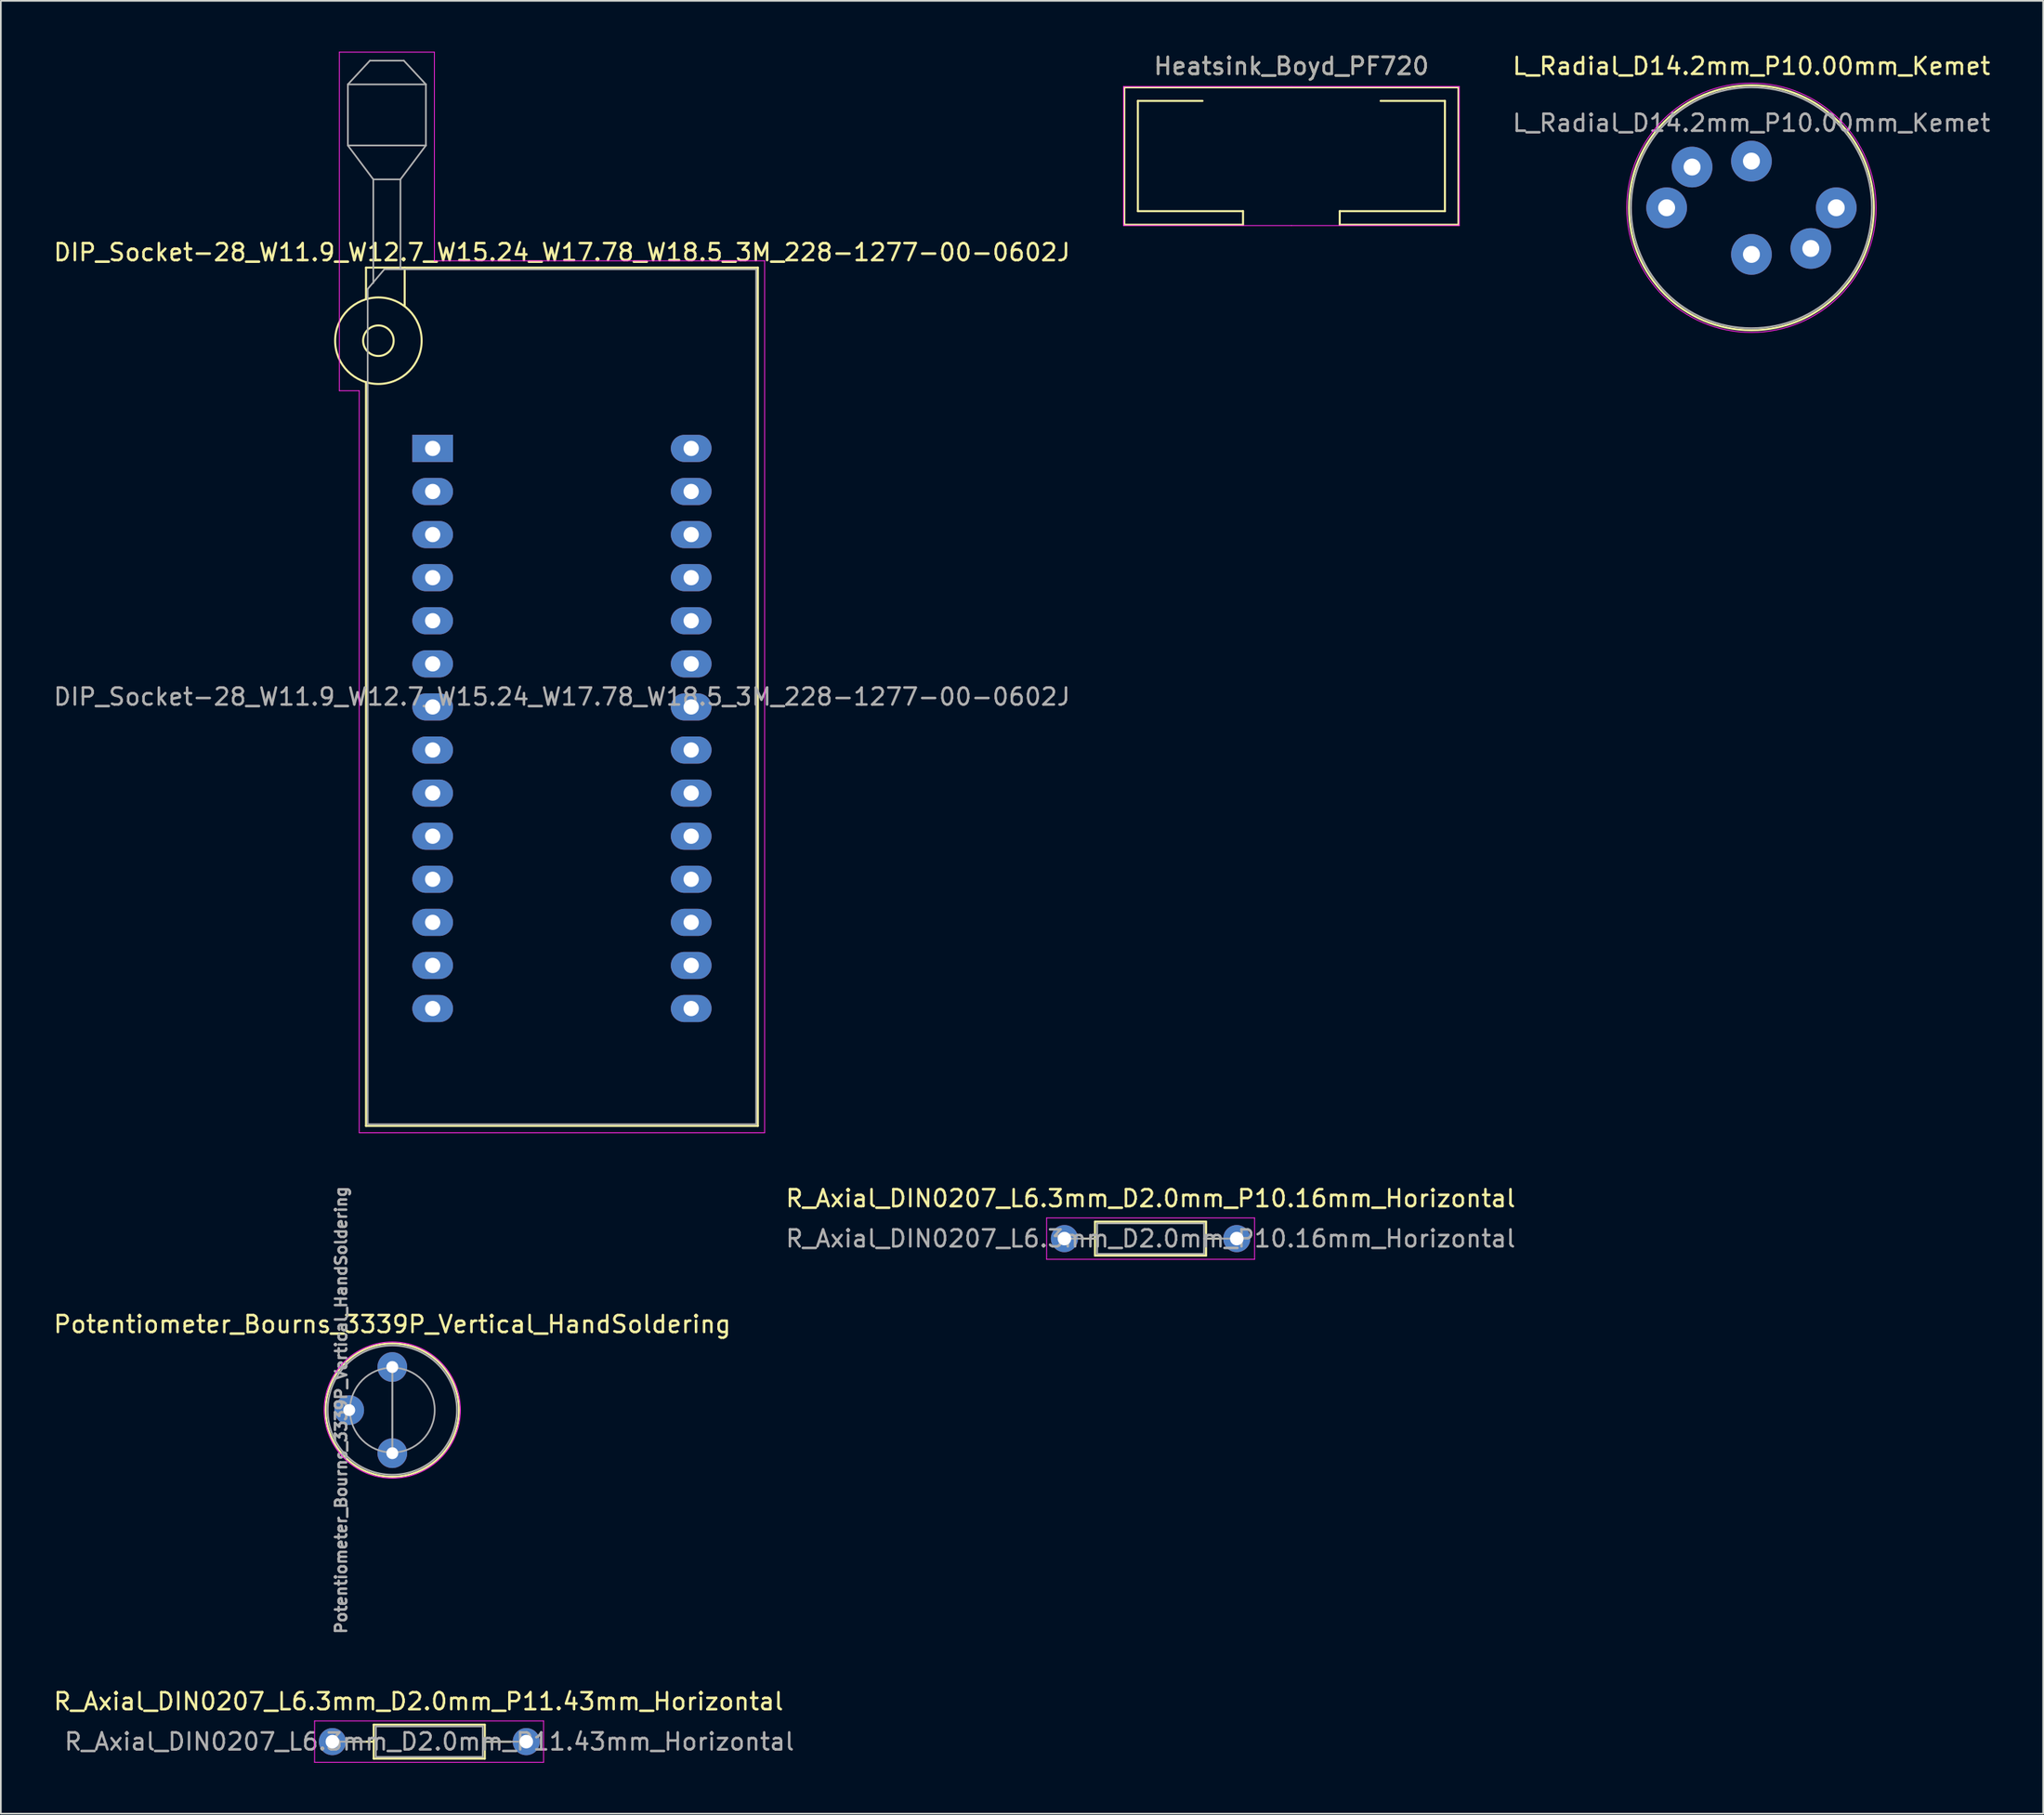
<source format=kicad_pcb>
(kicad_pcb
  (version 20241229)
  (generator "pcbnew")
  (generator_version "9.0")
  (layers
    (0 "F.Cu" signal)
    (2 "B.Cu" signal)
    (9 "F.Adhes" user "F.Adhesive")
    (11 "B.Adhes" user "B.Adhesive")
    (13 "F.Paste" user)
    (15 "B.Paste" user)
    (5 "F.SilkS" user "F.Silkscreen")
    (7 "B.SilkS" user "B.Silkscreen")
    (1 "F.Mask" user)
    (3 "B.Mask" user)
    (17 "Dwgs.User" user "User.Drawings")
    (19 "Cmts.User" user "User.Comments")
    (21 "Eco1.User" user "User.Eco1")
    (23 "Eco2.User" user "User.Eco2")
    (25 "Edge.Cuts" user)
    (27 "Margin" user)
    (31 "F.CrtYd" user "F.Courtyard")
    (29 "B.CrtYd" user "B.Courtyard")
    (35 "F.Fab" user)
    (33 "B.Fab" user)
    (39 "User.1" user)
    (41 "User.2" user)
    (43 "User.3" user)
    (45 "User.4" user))
  (footprint "DIP_Socket-28_W11.9_W12.7_W15.24_W17.78_W18.5_3M_228-1277-00-0602J"
    (layer "F.Cu")
    (at 22.457 23.385)
    (property "Reference" "DIP_Socket-28_W11.9_W12.7_W15.24_W17.78_W18.5_3M_228-1277-00-0602J" (at 7.62 -11.56 0) (layer "F.SilkS") (effects (font (size 1 1) (thickness 0.15))))
    (attr through_hole)
    (fp_line (start -3.93 -10.66) (end -3.93 -8.8) (stroke (width 0.12) (type solid)) (layer "F.SilkS"))
    (fp_line (start -3.93 -3.9) (end -3.93 39.94) (stroke (width 0.12) (type solid)) (layer "F.SilkS"))
    (fp_line (start -3.93 39.94) (end 19.17 39.94) (stroke (width 0.12) (type solid)) (layer "F.SilkS"))
    (fp_line (start -1.65 -10.66) (end -1.65 -8.4) (stroke (width 0.12) (type solid)) (layer "F.SilkS"))
    (fp_line (start 19.17 -10.66) (end -3.93 -10.66) (stroke (width 0.12) (type solid)) (layer "F.SilkS"))
    (fp_line (start 19.17 39.94) (end 19.17 -10.66) (stroke (width 0.12) (type solid)) (layer "F.SilkS"))
    (fp_circle (center -3.2 -6.35) (end -2.3 -6.35) (stroke (width 0.12) (type solid)) (fill no) (layer "F.SilkS"))
    (fp_circle (center -3.2 -6.35) (end -0.65 -6.35) (stroke (width 0.12) (type solid)) (fill no) (layer "F.SilkS"))
    (fp_line (start -5.5 -23.36) (end 0.1 -23.36) (stroke (width 0.05) (type solid)) (layer "F.CrtYd"))
    (fp_line (start -5.5 -3.4) (end -5.5 -23.36) (stroke (width 0.05) (type solid)) (layer "F.CrtYd"))
    (fp_line (start -4.33 -3.4) (end -5.5 -3.4) (stroke (width 0.05) (type solid)) (layer "F.CrtYd"))
    (fp_line (start -4.33 40.34) (end -4.33 -3.4) (stroke (width 0.05) (type solid)) (layer "F.CrtYd"))
    (fp_line (start 0.1 -23.36) (end 0.1 -11.06) (stroke (width 0.05) (type solid)) (layer "F.CrtYd"))
    (fp_line (start 0.1 -11.06) (end 19.57 -11.06) (stroke (width 0.05) (type solid)) (layer "F.CrtYd"))
    (fp_line (start 19.57 -11.06) (end 19.57 40.34) (stroke (width 0.05) (type solid)) (layer "F.CrtYd"))
    (fp_line (start 19.57 40.34) (end -4.33 40.34) (stroke (width 0.05) (type solid)) (layer "F.CrtYd"))
    (fp_line (start -5 -21.46) (end -5 -17.86) (stroke (width 0.1) (type solid)) (layer "F.Fab"))
    (fp_line (start -5 -21.46) (end -3.7 -22.86) (stroke (width 0.1) (type solid)) (layer "F.Fab"))
    (fp_line (start -5 -17.86) (end -3.5 -15.86) (stroke (width 0.1) (type solid)) (layer "F.Fab"))
    (fp_line (start -5 -17.86) (end -0.4 -17.86) (stroke (width 0.1) (type solid)) (layer "F.Fab"))
    (fp_line (start -3.83 -9.4) (end -2.85 -10.56) (stroke (width 0.1) (type solid)) (layer "F.Fab"))
    (fp_line (start -3.83 39.84) (end -3.83 -9.4) (stroke (width 0.1) (type solid)) (layer "F.Fab"))
    (fp_line (start -3.7 -22.86) (end -1.7 -22.86) (stroke (width 0.1) (type solid)) (layer "F.Fab"))
    (fp_line (start -3.5 -15.86) (end -1.9 -15.86) (stroke (width 0.1) (type solid)) (layer "F.Fab"))
    (fp_line (start -3.5 -9.75) (end -3.5 -15.86) (stroke (width 0.1) (type solid)) (layer "F.Fab"))
    (fp_line (start -2.85 -10.56) (end 19.07 -10.56) (stroke (width 0.1) (type solid)) (layer "F.Fab"))
    (fp_line (start -1.9 -15.86) (end -1.9 -10.56) (stroke (width 0.1) (type solid)) (layer "F.Fab"))
    (fp_line (start -1.7 -22.86) (end -0.4 -21.46) (stroke (width 0.1) (type solid)) (layer "F.Fab"))
    (fp_line (start -0.4 -21.46) (end -5 -21.46) (stroke (width 0.1) (type solid)) (layer "F.Fab"))
    (fp_line (start -0.4 -17.86) (end -1.9 -15.86) (stroke (width 0.1) (type solid)) (layer "F.Fab"))
    (fp_line (start -0.4 -17.86) (end -0.4 -21.46) (stroke (width 0.1) (type solid)) (layer "F.Fab"))
    (fp_line (start 19.07 -10.56) (end 19.07 39.84) (stroke (width 0.1) (type solid)) (layer "F.Fab"))
    (fp_line (start 19.07 39.84) (end -3.83 39.84) (stroke (width 0.1) (type solid)) (layer "F.Fab"))
    (fp_text user "${REFERENCE}" (at 7.62 14.64 0) (layer "F.Fab") (effects (font (size 1 1) (thickness 0.15))))
    (pad "1" thru_hole rect (at 0 0) (size 2.4 1.6) (drill 0.9) (layers "*.Cu" "*.Mask"))
    (pad "2" thru_hole oval (at 0 2.54) (size 2.4 1.6) (drill 0.9) (layers "*.Cu" "*.Mask"))
    (pad "3" thru_hole oval (at 0 5.08) (size 2.4 1.6) (drill 0.9) (layers "*.Cu" "*.Mask"))
    (pad "4" thru_hole oval (at 0 7.62) (size 2.4 1.6) (drill 0.9) (layers "*.Cu" "*.Mask"))
    (pad "5" thru_hole oval (at 0 10.16) (size 2.4 1.6) (drill 0.9) (layers "*.Cu" "*.Mask"))
    (pad "6" thru_hole oval (at 0 12.7) (size 2.4 1.6) (drill 0.9) (layers "*.Cu" "*.Mask"))
    (pad "7" thru_hole oval (at 0 15.24) (size 2.4 1.6) (drill 0.9) (layers "*.Cu" "*.Mask"))
    (pad "8" thru_hole oval (at 0 17.78) (size 2.4 1.6) (drill 0.9) (layers "*.Cu" "*.Mask"))
    (pad "9" thru_hole oval (at 0 20.32) (size 2.4 1.6) (drill 0.9) (layers "*.Cu" "*.Mask"))
    (pad "10" thru_hole oval (at 0 22.86) (size 2.4 1.6) (drill 0.9) (layers "*.Cu" "*.Mask"))
    (pad "11" thru_hole oval (at 0 25.4) (size 2.4 1.6) (drill 0.9) (layers "*.Cu" "*.Mask"))
    (pad "12" thru_hole oval (at 0 27.94) (size 2.4 1.6) (drill 0.9) (layers "*.Cu" "*.Mask"))
    (pad "13" thru_hole oval (at 0 30.48) (size 2.4 1.6) (drill 0.9) (layers "*.Cu" "*.Mask"))
    (pad "14" thru_hole oval (at 0 33.02) (size 2.4 1.6) (drill 0.9) (layers "*.Cu" "*.Mask"))
    (pad "15" thru_hole oval (at 15.24 33.02) (size 2.4 1.6) (drill 0.9) (layers "*.Cu" "*.Mask"))
    (pad "16" thru_hole oval (at 15.24 30.48) (size 2.4 1.6) (drill 0.9) (layers "*.Cu" "*.Mask"))
    (pad "17" thru_hole oval (at 15.24 27.94) (size 2.4 1.6) (drill 0.9) (layers "*.Cu" "*.Mask"))
    (pad "18" thru_hole oval (at 15.24 25.4) (size 2.4 1.6) (drill 0.9) (layers "*.Cu" "*.Mask"))
    (pad "19" thru_hole oval (at 15.24 22.86) (size 2.4 1.6) (drill 0.9) (layers "*.Cu" "*.Mask"))
    (pad "20" thru_hole oval (at 15.24 20.32) (size 2.4 1.6) (drill 0.9) (layers "*.Cu" "*.Mask"))
    (pad "21" thru_hole oval (at 15.24 17.78) (size 2.4 1.6) (drill 0.9) (layers "*.Cu" "*.Mask"))
    (pad "22" thru_hole oval (at 15.24 15.24) (size 2.4 1.6) (drill 0.9) (layers "*.Cu" "*.Mask"))
    (pad "23" thru_hole oval (at 15.24 12.7) (size 2.4 1.6) (drill 0.9) (layers "*.Cu" "*.Mask"))
    (pad "24" thru_hole oval (at 15.24 10.16) (size 2.4 1.6) (drill 0.9) (layers "*.Cu" "*.Mask"))
    (pad "25" thru_hole oval (at 15.24 7.62) (size 2.4 1.6) (drill 0.9) (layers "*.Cu" "*.Mask"))
    (pad "26" thru_hole oval (at 15.24 5.08) (size 2.4 1.6) (drill 0.9) (layers "*.Cu" "*.Mask"))
    (pad "27" thru_hole oval (at 15.24 2.54) (size 2.4 1.6) (drill 0.9) (layers "*.Cu" "*.Mask"))
    (pad "28" thru_hole oval (at 15.24 0) (size 2.4 1.6) (drill 0.9) (layers "*.Cu" "*.Mask")))
  (footprint "R_Axial_DIN0207_L6.3mm_D2.0mm_P10.16mm_Horizontal"
    (layer "F.Cu")
    (at 59.7 69.968)
    (property "Reference" "R_Axial_DIN0207_L6.3mm_D2.0mm_P10.16mm_Horizontal" (at 5.08 -2.37 0) (layer "F.SilkS") (effects (font (size 1 1) (thickness 0.15))))
    (attr through_hole)
    (fp_line (start 1.04 0) (end 1.81 0) (stroke (width 0.12) (type solid)) (layer "F.SilkS"))
    (fp_line (start 1.8 -1) (end 1.8 1) (stroke (width 0.12) (type solid)) (layer "F.SilkS"))
    (fp_line (start 1.8 1) (end 8.35 1) (stroke (width 0.12) (type solid)) (layer "F.SilkS"))
    (fp_line (start 8.35 -1) (end 1.8 -1) (stroke (width 0.12) (type solid)) (layer "F.SilkS"))
    (fp_line (start 8.35 1) (end 8.35 -1) (stroke (width 0.12) (type solid)) (layer "F.SilkS"))
    (fp_line (start 9.12 0) (end 8.35 0) (stroke (width 0.12) (type solid)) (layer "F.SilkS"))
    (fp_line (start -1.05 -1.219) (end -1.05 1.219) (stroke (width 0.05) (type solid)) (layer "F.CrtYd"))
    (fp_line (start -1.05 1.219) (end 11.21 1.219) (stroke (width 0.05) (type solid)) (layer "F.CrtYd"))
    (fp_line (start 11.21 -1.219) (end -1.05 -1.219) (stroke (width 0.05) (type solid)) (layer "F.CrtYd"))
    (fp_line (start 11.21 1.219) (end 11.21 -1.219) (stroke (width 0.05) (type solid)) (layer "F.CrtYd"))
    (fp_line (start 0 0) (end 1.93 0) (stroke (width 0.1) (type solid)) (layer "F.Fab"))
    (fp_line (start 1.93 -0.9) (end 1.93 0.9) (stroke (width 0.1) (type solid)) (layer "F.Fab"))
    (fp_line (start 1.93 0.9) (end 8.23 0.9) (stroke (width 0.1) (type solid)) (layer "F.Fab"))
    (fp_line (start 8.23 -0.9) (end 1.93 -0.9) (stroke (width 0.1) (type solid)) (layer "F.Fab"))
    (fp_line (start 8.23 0.9) (end 8.23 -0.9) (stroke (width 0.1) (type solid)) (layer "F.Fab"))
    (fp_line (start 10.16 0) (end 8.23 0) (stroke (width 0.1) (type solid)) (layer "F.Fab"))
    (fp_text user "${REFERENCE}" (at 5.08 0 0) (layer "F.Fab") (effects (font (size 1 1) (thickness 0.15))))
    (pad "1" thru_hole circle (at 0 0) (size 1.6 1.6) (drill 0.8) (layers "*.Cu" "*.Mask"))
    (pad "2" thru_hole oval (at 10.16 0) (size 1.6 1.6) (drill 0.8) (layers "*.Cu" "*.Mask")))
  (footprint "Potentiometer_Bourns_3339P_Vertical_HandSoldering"
    (layer "F.Cu")
    (at 20.077 82.618)
    (property "Reference" "Potentiometer_Bourns_3339P_Vertical_HandSoldering" (at 0 -7.6 0) (layer "F.SilkS") (effects (font (size 1 1) (thickness 0.15))))
    (attr through_hole)
    (fp_circle (center 0 -2.54) (end 3.93 -2.54) (stroke (width 0.12) (type solid)) (fill no) (layer "F.SilkS"))
    (fp_circle (center 0 -2.54) (end 3.81 -1.27) (stroke (width 0.05) (type solid)) (fill no) (layer "F.CrtYd"))
    (fp_line (start 0 -0.064) (end 0.001 -5.014) (stroke (width 0.1) (type solid)) (layer "F.Fab"))
    (fp_line (start 0 -0.064) (end 0.001 -5.014) (stroke (width 0.1) (type solid)) (layer "F.Fab"))
    (fp_circle (center 0 -2.54) (end 2.5 -2.54) (stroke (width 0.1) (type solid)) (fill no) (layer "F.Fab"))
    (fp_circle (center 0 -2.54) (end 3.81 -2.54) (stroke (width 0.1) (type solid)) (fill no) (layer "F.Fab"))
    (fp_text user "${REFERENCE}" (at -3.018 -2.54 90) (layer "F.Fab") (effects (font (size 0.66 0.66) (thickness 0.15))))
    (pad "1" thru_hole circle (at 0 0) (size 1.75 1.75) (drill 0.7) (layers "*.Cu" "*.Mask"))
    (pad "2" thru_hole circle (at -2.54 -2.54) (size 1.75 1.75) (drill 0.7) (layers "*.Cu" "*.Mask"))
    (pad "3" thru_hole circle (at 0 -5.08) (size 1.75 1.75) (drill 0.7) (layers "*.Cu" "*.Mask")))
  (footprint "R_Axial_DIN0207_L6.3mm_D2.0mm_P11.43mm_Horizontal"
    (layer "F.Cu")
    (at 16.545 99.623)
    (property "Reference" "R_Axial_DIN0207_L6.3mm_D2.0mm_P11.43mm_Horizontal" (at 5.08 -2.37 0) (layer "F.SilkS") (effects (font (size 1 1) (thickness 0.15))))
    (attr through_hole)
    (fp_line (start 0.94 0) (end 2.445 0) (stroke (width 0.12) (type solid)) (layer "F.SilkS"))
    (fp_line (start 2.435 -1) (end 2.435 1) (stroke (width 0.12) (type solid)) (layer "F.SilkS"))
    (fp_line (start 2.435 1) (end 8.985 1) (stroke (width 0.12) (type solid)) (layer "F.SilkS"))
    (fp_line (start 8.985 -1) (end 2.435 -1) (stroke (width 0.12) (type solid)) (layer "F.SilkS"))
    (fp_line (start 8.985 1) (end 8.985 -1) (stroke (width 0.12) (type solid)) (layer "F.SilkS"))
    (fp_line (start 10.51 0) (end 8.985 0) (stroke (width 0.12) (type solid)) (layer "F.SilkS"))
    (fp_line (start -1.05 -1.219) (end -1.05 1.219) (stroke (width 0.05) (type solid)) (layer "F.CrtYd"))
    (fp_line (start -1.05 1.219) (end 12.45 1.219) (stroke (width 0.05) (type solid)) (layer "F.CrtYd"))
    (fp_line (start 12.45 -1.219) (end -1.05 -1.219) (stroke (width 0.05) (type solid)) (layer "F.CrtYd"))
    (fp_line (start 12.45 1.219) (end 12.45 -1.219) (stroke (width 0.05) (type solid)) (layer "F.CrtYd"))
    (fp_line (start 0 0) (end 1.93 0) (stroke (width 0.1) (type solid)) (layer "F.Fab"))
    (fp_line (start 2.565 -0.9) (end 2.565 0.9) (stroke (width 0.1) (type solid)) (layer "F.Fab"))
    (fp_line (start 2.565 0.9) (end 8.865 0.9) (stroke (width 0.1) (type solid)) (layer "F.Fab"))
    (fp_line (start 8.865 -0.9) (end 2.565 -0.9) (stroke (width 0.1) (type solid)) (layer "F.Fab"))
    (fp_line (start 8.865 0.9) (end 8.865 -0.9) (stroke (width 0.1) (type solid)) (layer "F.Fab"))
    (fp_line (start 11.43 0) (end 8.865 0) (stroke (width 0.1) (type solid)) (layer "F.Fab"))
    (fp_text user "${REFERENCE}" (at 5.715 0 0) (layer "F.Fab") (effects (font (size 1 1) (thickness 0.15))))
    (pad "1" thru_hole circle (at 0 0) (size 1.6 1.6) (drill 0.8) (layers "*.Cu" "*.Mask"))
    (pad "2" thru_hole oval (at 11.43 0) (size 1.6 1.6) (drill 0.8) (layers "*.Cu" "*.Mask")))
  (footprint "Heatsink_Boyd_PF720"
    (layer "F.Cu")
    (at 70.54 6.248)
    (property "Reference" "Heatsink_Boyd_PF720" (at 2.54 -5.4 0) (layer "F.SilkS") (effects (font (size 1 1) (thickness 0.15))))
    (fp_line (start -7.31 -4.15) (end -7.31 3.95) (stroke (width 0.12) (type solid)) (layer "F.SilkS"))
    (fp_line (start -7.31 3.95) (end -0.31 3.95) (stroke (width 0.12) (type solid)) (layer "F.SilkS"))
    (fp_line (start -6.51 -3.35) (end -2.7 -3.35) (stroke (width 0.12) (type solid)) (layer "F.SilkS"))
    (fp_line (start -6.51 3.15) (end -6.51 -3.35) (stroke (width 0.12) (type solid)) (layer "F.SilkS"))
    (fp_line (start -0.31 3.15) (end -6.51 3.15) (stroke (width 0.12) (type solid)) (layer "F.SilkS"))
    (fp_line (start -0.31 3.95) (end -0.31 3.15) (stroke (width 0.12) (type solid)) (layer "F.SilkS"))
    (fp_line (start 2.54 -4.15) (end -7.31 -4.15) (stroke (width 0.12) (type solid)) (layer "F.SilkS"))
    (fp_line (start 2.54 -4.15) (end 12.39 -4.15) (stroke (width 0.12) (type solid)) (layer "F.SilkS"))
    (fp_line (start 5.39 3.15) (end 11.59 3.15) (stroke (width 0.12) (type solid)) (layer "F.SilkS"))
    (fp_line (start 5.39 3.95) (end 5.39 3.15) (stroke (width 0.12) (type solid)) (layer "F.SilkS"))
    (fp_line (start 11.59 -3.35) (end 7.8 -3.35) (stroke (width 0.12) (type solid)) (layer "F.SilkS"))
    (fp_line (start 11.59 3.15) (end 11.59 -3.35) (stroke (width 0.12) (type solid)) (layer "F.SilkS"))
    (fp_line (start 12.39 -4.15) (end 12.39 3.95) (stroke (width 0.12) (type solid)) (layer "F.SilkS"))
    (fp_line (start 12.39 3.95) (end 5.39 3.95) (stroke (width 0.12) (type solid)) (layer "F.SilkS"))
    (fp_line (start -7.36 -4.2) (end 2.54 -4.2) (stroke (width 0.05) (type solid)) (layer "F.CrtYd"))
    (fp_line (start -7.36 4) (end -7.36 -4.2) (stroke (width 0.05) (type solid)) (layer "F.CrtYd"))
    (fp_line (start -7.36 4) (end 2.54 4) (stroke (width 0.05) (type solid)) (layer "F.CrtYd"))
    (fp_line (start 12.44 -4.2) (end 2.54 -4.2) (stroke (width 0.05) (type solid)) (layer "F.CrtYd"))
    (fp_line (start 12.44 4) (end 2.54 4) (stroke (width 0.05) (type solid)) (layer "F.CrtYd"))
    (fp_line (start 12.44 4) (end 12.44 -4.2) (stroke (width 0.05) (type solid)) (layer "F.CrtYd"))
    (fp_text user "${REFERENCE}" (at 2.54 -5.4 0) (layer "F.Fab") (effects (font (size 1 1) (thickness 0.15)))))
  (footprint "L_Radial_D14.2mm_P10.00mm_Kemet"
    (layer "F.Cu")
    (at 95.201 9.198)
    (property "Reference" "L_Radial_D14.2mm_P10.00mm_Kemet" (at 5 -8.35 0) (layer "F.SilkS") (effects (font (size 1 1) (thickness 0.15))))
    (attr through_hole)
    (fp_circle (center 5 0) (end 12.22 0) (stroke (width 0.12) (type solid)) (fill no) (layer "F.SilkS"))
    (fp_circle (center 5 0) (end 12.35 0) (stroke (width 0.05) (type solid)) (fill no) (layer "F.CrtYd"))
    (fp_circle (center 5 0) (end 12.1 0) (stroke (width 0.1) (type solid)) (fill no) (layer "F.Fab"))
    (fp_text user "${REFERENCE}" (at 5 -5 0) (layer "F.Fab") (effects (font (size 1 1) (thickness 0.15))))
    (pad "1" thru_hole circle (at 0 0) (size 2.4 2.4) (drill 1) (layers "*.Cu" "*.Mask"))
    (pad "1" thru_hole circle (at 1.5 -2.4) (size 2.4 2.4) (drill 1) (layers "*.Cu" "*.Mask"))
    (pad "1" thru_hole circle (at 5 -2.75) (size 2.4 2.4) (drill 1) (layers "*.Cu" "*.Mask"))
    (pad "2" thru_hole circle (at 5 2.75) (size 2.4 2.4) (drill 1) (layers "*.Cu" "*.Mask"))
    (pad "2" thru_hole circle (at 8.5 2.4) (size 2.4 2.4) (drill 1) (layers "*.Cu" "*.Mask"))
    (pad "2" thru_hole circle (at 10 0) (size 2.4 2.4) (drill 1) (layers "*.Cu" "*.Mask")))
  (gr_rect
    (start -3 -3)
    (end 117.398 103.868)
    (stroke (width 0.1) (type default))
    (fill no)
    (layer "Edge.Cuts")))
</source>
